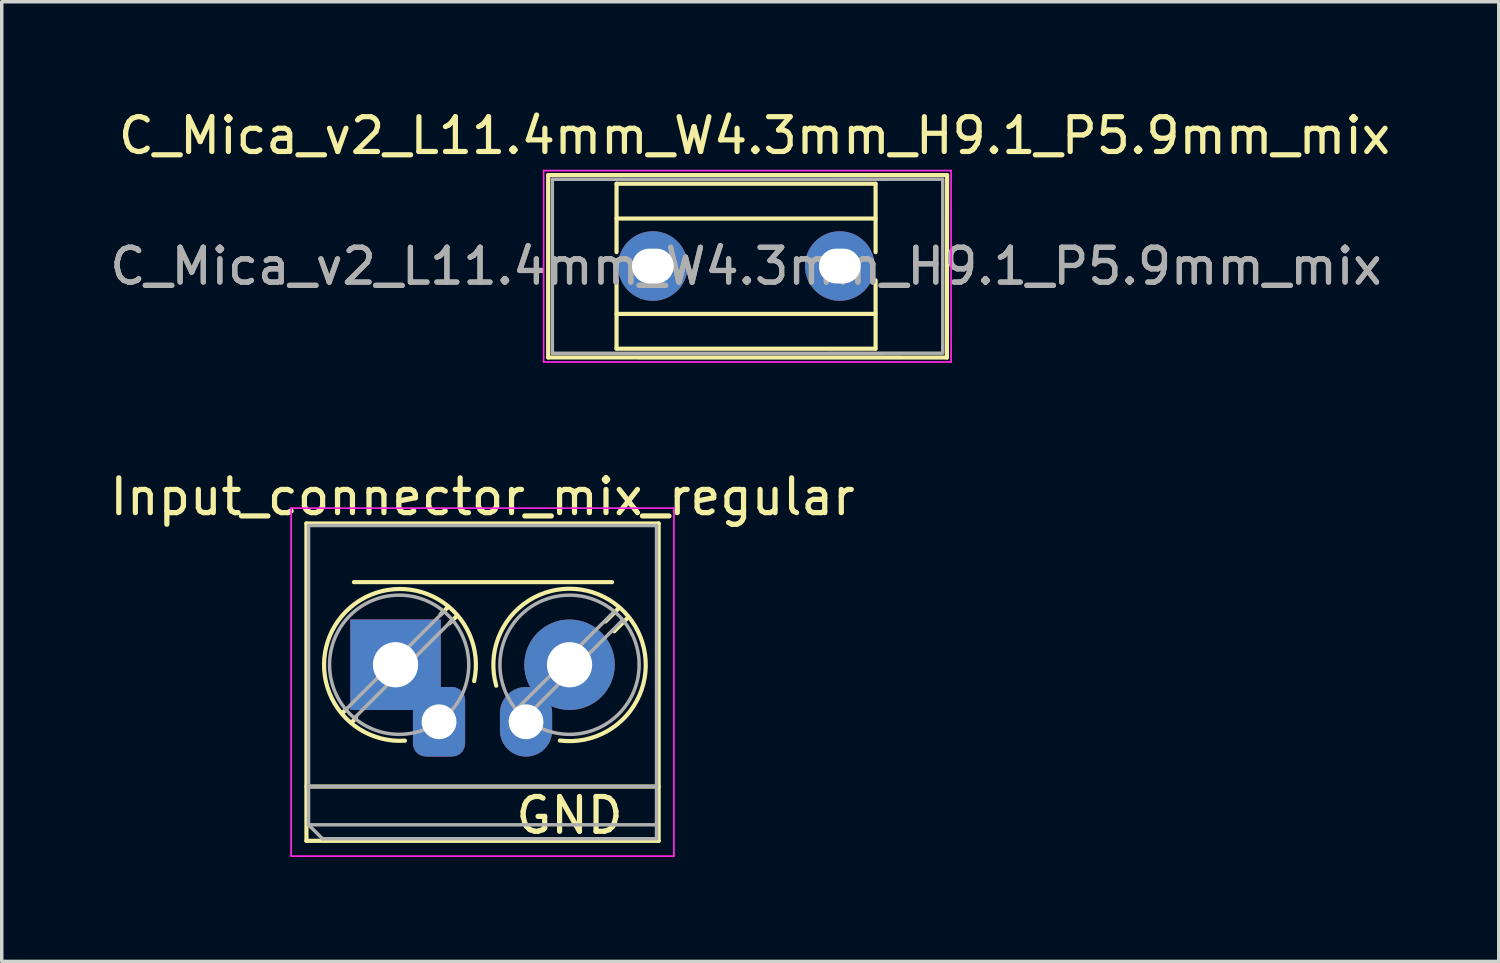
<source format=kicad_pcb>
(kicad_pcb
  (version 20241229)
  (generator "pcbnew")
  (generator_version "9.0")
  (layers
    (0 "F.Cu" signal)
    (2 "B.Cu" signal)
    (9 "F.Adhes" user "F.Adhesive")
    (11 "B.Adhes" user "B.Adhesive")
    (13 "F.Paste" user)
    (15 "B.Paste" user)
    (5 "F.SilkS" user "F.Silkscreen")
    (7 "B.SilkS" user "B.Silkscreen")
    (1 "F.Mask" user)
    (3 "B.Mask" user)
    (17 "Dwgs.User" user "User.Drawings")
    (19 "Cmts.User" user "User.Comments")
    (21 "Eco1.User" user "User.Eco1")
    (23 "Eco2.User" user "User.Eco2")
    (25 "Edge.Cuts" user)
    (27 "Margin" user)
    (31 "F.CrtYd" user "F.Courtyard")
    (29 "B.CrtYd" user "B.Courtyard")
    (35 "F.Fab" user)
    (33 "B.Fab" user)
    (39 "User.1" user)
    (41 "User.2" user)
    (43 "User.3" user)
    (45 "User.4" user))
  (footprint "Input_connector_mix_regular"
    (layer "F.Cu")
    (at 10.88 16.675)
    (property "Reference" "Input_connector_mix_regular" (at -0.064 -5.449 0) (unlocked yes) (layer "F.SilkS") (effects (font (size 1 1) (thickness 0.15))))
    (attr through_hole)
    (fp_line (start -5.124 -4.683) (end -5.124 4.437) (stroke (width 0.12) (type solid)) (layer "F.SilkS"))
    (fp_line (start -5.124 -4.683) (end 4.996 -4.683) (stroke (width 0.12) (type solid)) (layer "F.SilkS"))
    (fp_line (start -5.124 2.877) (end 4.996 2.877) (stroke (width 0.12) (type solid)) (layer "F.SilkS"))
    (fp_line (start -5.124 4.437) (end 4.996 4.437) (stroke (width 0.12) (type solid)) (layer "F.SilkS"))
    (fp_line (start -3.972 0.646) (end -4.078 0.753) (stroke (width 0.12) (type solid)) (layer "F.SilkS"))
    (fp_line (start -3.759 -2.997) (end 3.658 -2.997) (stroke (width 0.12) (type solid)) (layer "F.SilkS"))
    (fp_line (start -3.706 0.912) (end -3.812 1.019) (stroke (width 0.12) (type solid)) (layer "F.SilkS"))
    (fp_line (start -1.06 -2.278) (end -1.267 -2.069) (stroke (width 0.12) (type solid)) (layer "F.SilkS"))
    (fp_line (start -0.81 -2.018) (end -1.013 -1.815) (stroke (width 0.12) (type solid)) (layer "F.SilkS"))
    (fp_line (start 3.849 -2.247) (end 3.469 -1.867) (stroke (width 0.12) (type solid)) (layer "F.SilkS"))
    (fp_line (start 4.115 -1.981) (end 3.72 -1.585) (stroke (width 0.12) (type solid)) (layer "F.SilkS"))
    (fp_line (start 4.996 -4.683) (end 4.996 4.437) (stroke (width 0.12) (type solid)) (layer "F.SilkS"))
    (fp_arc (start -2.29427 1.558814) (mid -3.859112 -2.272576) (end -0.3048 -0.1524) (stroke (width 0.12) (type solid)) (layer "F.SilkS"))
    (fp_arc (start 0.33 -0.0208) (mid 3.865299 -2.277026) (end 2.1588 1.554) (stroke (width 0.12) (type solid)) (layer "F.SilkS"))
    (fp_line (start -5.564 -5.123) (end -5.564 4.877) (stroke (width 0.05) (type solid)) (layer "F.CrtYd"))
    (fp_line (start -5.564 4.877) (end 5.436 4.877) (stroke (width 0.05) (type solid)) (layer "F.CrtYd"))
    (fp_line (start 5.436 -5.123) (end -5.564 -5.123) (stroke (width 0.05) (type solid)) (layer "F.CrtYd"))
    (fp_line (start 5.436 4.877) (end 5.436 -5.123) (stroke (width 0.05) (type solid)) (layer "F.CrtYd"))
    (fp_line (start -5.064 -4.623) (end 4.936 -4.623) (stroke (width 0.1) (type solid)) (layer "F.Fab"))
    (fp_line (start -5.064 2.877) (end 4.936 2.877) (stroke (width 0.1) (type solid)) (layer "F.Fab"))
    (fp_line (start -5.064 3.977) (end -5.064 -4.623) (stroke (width 0.1) (type solid)) (layer "F.Fab"))
    (fp_line (start -5.064 3.977) (end 4.936 3.977) (stroke (width 0.1) (type solid)) (layer "F.Fab"))
    (fp_line (start -4.664 4.377) (end -5.064 3.977) (stroke (width 0.1) (type solid)) (layer "F.Fab"))
    (fp_line (start -1.187 -2.14) (end -3.977 0.65) (stroke (width 0.1) (type solid)) (layer "F.Fab"))
    (fp_line (start -0.943 -1.896) (end -3.733 0.894) (stroke (width 0.1) (type solid)) (layer "F.Fab"))
    (fp_line (start 3.709 -2.14) (end 0.92 0.65) (stroke (width 0.1) (type solid)) (layer "F.Fab"))
    (fp_line (start 3.953 -1.896) (end 1.164 0.894) (stroke (width 0.1) (type solid)) (layer "F.Fab"))
    (fp_line (start 4.936 -4.623) (end 4.936 4.377) (stroke (width 0.1) (type solid)) (layer "F.Fab"))
    (fp_line (start 4.936 4.377) (end -4.664 4.377) (stroke (width 0.1) (type solid)) (layer "F.Fab"))
    (fp_circle (center -2.46 -0.623) (end -0.46 -0.623) (stroke (width 0.1) (type solid)) (fill no) (layer "F.Fab"))
    (fp_circle (center 2.436 -0.623) (end 4.436 -0.623) (stroke (width 0.1) (type solid)) (fill no) (layer "F.Fab"))
    (fp_text user "GND" (at 2.436 3.708 0) (unlocked yes) (layer "F.SilkS") (effects (font (size 1 1) (thickness 0.15))))
    (pad "1" thru_hole rect (at -2.564 -0.623) (size 2.6 2.6) (drill 1.3) (layers "*.Cu" "*.Mask"))
    (pad "1" thru_hole roundrect (at -1.314 1.016) (size 1.5 2) (drill 1) (layers "*.Cu" "*.Mask") (roundrect_rratio 0.25))
    (pad "2" thru_hole oval (at 1.186 1.016) (size 1.5 2) (drill 1) (layers "*.Cu" "*.Mask"))
    (pad "2" thru_hole circle (at 2.436 -0.623) (size 2.6 2.6) (drill 1.3) (layers "*.Cu" "*.Mask")))
  (footprint "C_Mica_v2_L11.4mm_W4.3mm_H9.1_P5.9mm_mix"
    (layer "F.Cu")
    (at 15.456 4.598)
    (property "Reference" "C_Mica_v2_L11.4mm_W4.3mm_H9.1_P5.9mm_mix" (at 3.175 -3.75 0) (layer "F.SilkS") (effects (font (size 1 1) (thickness 0.15))))
    (attr through_hole)
    (fp_line (start -2.754 -2.616) (end -2.754 2.624) (stroke (width 0.12) (type solid)) (layer "F.SilkS"))
    (fp_line (start -2.754 -2.616) (end 8.71 -2.616) (stroke (width 0.12) (type solid)) (layer "F.SilkS"))
    (fp_line (start -2.754 2.624) (end 8.704 2.626) (stroke (width 0.12) (type solid)) (layer "F.SilkS"))
    (fp_line (start -0.789 -2.368) (end -0.789 -0.403) (stroke (width 0.12) (type solid)) (layer "F.SilkS"))
    (fp_line (start -0.789 -2.368) (end 6.651 -2.368) (stroke (width 0.12) (type solid)) (layer "F.SilkS"))
    (fp_line (start -0.789 -1.368) (end 6.651 -1.368) (stroke (width 0.12) (type solid)) (layer "F.SilkS"))
    (fp_line (start -0.789 0.406) (end -0.789 2.372) (stroke (width 0.12) (type solid)) (layer "F.SilkS"))
    (fp_line (start -0.789 1.372) (end 6.651 1.372) (stroke (width 0.12) (type solid)) (layer "F.SilkS"))
    (fp_line (start -0.789 2.372) (end 6.651 2.372) (stroke (width 0.12) (type solid)) (layer "F.SilkS"))
    (fp_line (start 6.655 -2.368) (end 6.655 -0.403) (stroke (width 0.12) (type solid)) (layer "F.SilkS"))
    (fp_line (start 6.655 0.406) (end 6.655 2.372) (stroke (width 0.12) (type solid)) (layer "F.SilkS"))
    (fp_line (start 8.71 -2.616) (end 8.704 2.626) (stroke (width 0.12) (type solid)) (layer "F.SilkS"))
    (fp_line (start -2.884 -2.746) (end -2.884 2.754) (stroke (width 0.05) (type solid)) (layer "F.CrtYd"))
    (fp_line (start -2.884 2.754) (end 8.823 2.754) (stroke (width 0.05) (type solid)) (layer "F.CrtYd"))
    (fp_line (start 8.823 -2.746) (end -2.884 -2.746) (stroke (width 0.05) (type solid)) (layer "F.CrtYd"))
    (fp_line (start 8.823 2.754) (end 8.823 -2.746) (stroke (width 0.05) (type solid)) (layer "F.CrtYd"))
    (fp_line (start -2.634 -2.496) (end -2.634 2.504) (stroke (width 0.1) (type solid)) (layer "F.Fab"))
    (fp_line (start -2.634 2.504) (end 8.559 2.502) (stroke (width 0.1) (type solid)) (layer "F.Fab"))
    (fp_line (start 8.559 -2.498) (end -2.634 -2.496) (stroke (width 0.1) (type solid)) (layer "F.Fab"))
    (fp_line (start 8.585 2.5) (end 8.585 -2.5) (stroke (width 0.1) (type solid)) (layer "F.Fab"))
    (fp_text user "${REFERENCE}" (at 2.931 0.002 0) (layer "F.Fab") (effects (font (size 1 1) (thickness 0.15))))
    (fp_text user "${REFERENCE}" (at 2.931 0.002 0) (layer "F.Fab") (effects (font (size 1 1) (thickness 0.15))))
    (pad "1" thru_hole circle (at 0.254 -0.003) (size 2 2) (drill oval 1.2 1) (layers "*.Cu" "*.Mask"))
    (pad "2" thru_hole circle (at 5.626 -0.003) (size 2 2) (drill oval 1.2 1) (layers "*.Cu" "*.Mask")))
  (gr_rect
    (start -3 -3)
    (end 40.018 24.576)
    (stroke (width 0.1) (type default))
    (fill no)
    (layer "Edge.Cuts")))
</source>
